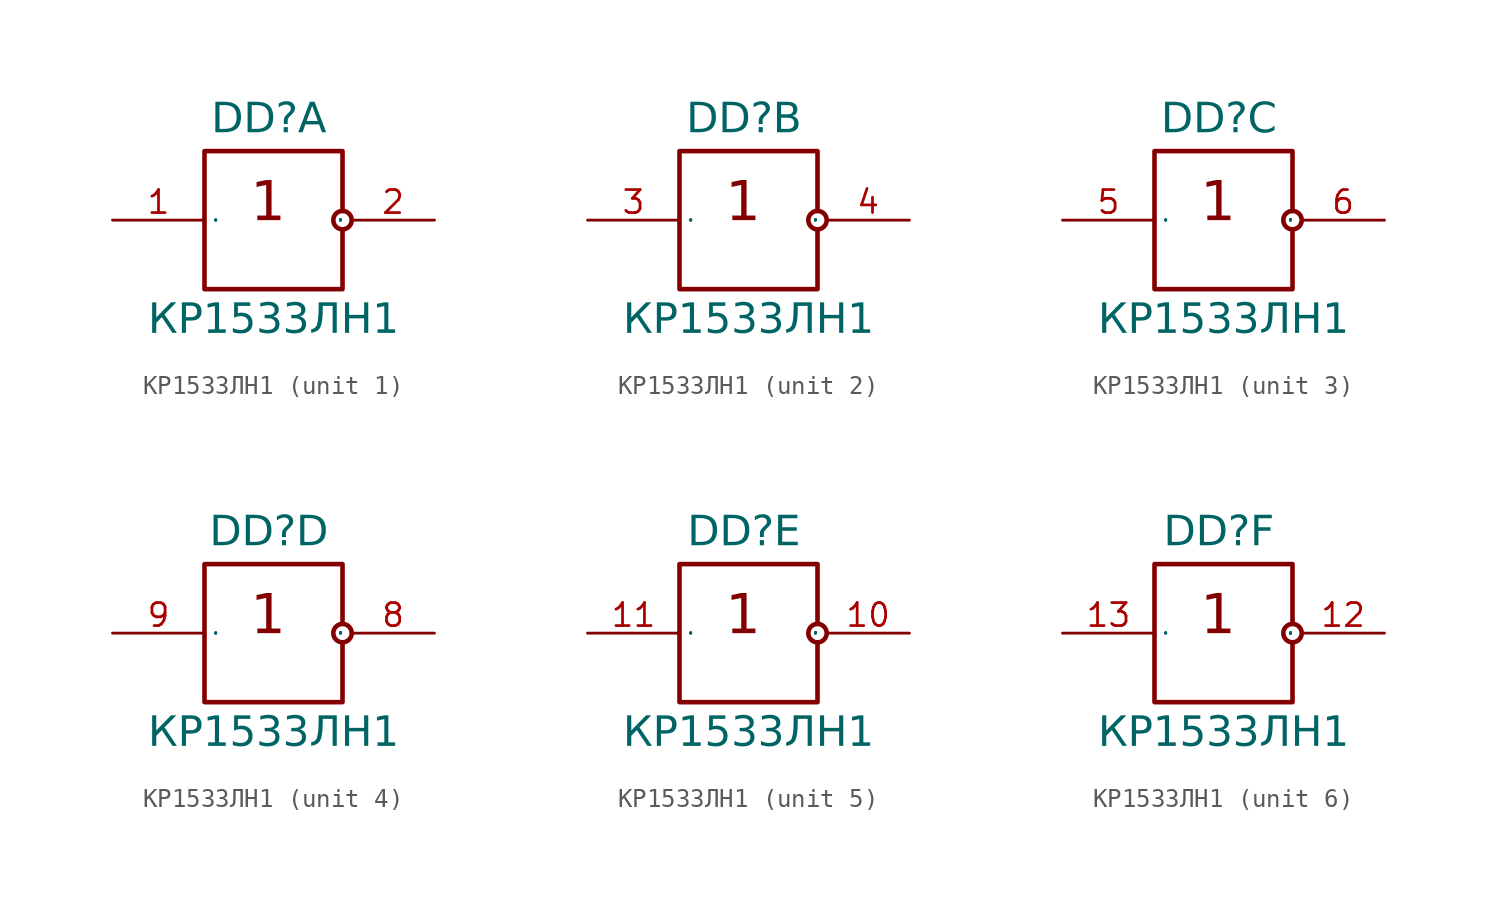
<source format=kicad_sym>
(kicad_symbol_lib
  (version 20241209)
  (generator "kicad_symbol_editor")
  (generator_version "9.0")
  (symbol "КР1533ЛН1"
    (property "Reference" "DD"
      (at 8.636 4.572 0)
      (do_not_autoplace)
      (effects (font (face "Input Sans Condensed") (size 1.651 1.651)) (justify bottom)))
    (property "Value" "КР1533ЛН1"
      (at 8.89 -4.572 0)
      (do_not_autoplace)
      (effects (font (face "Input Sans Condensed") (size 1.651 1.651)) (justify top)))
    (symbol "КР1533ЛН1_0_0"
      (circle (center 12.7 0) (radius 0.508) (stroke (width 0.254) (type solid)) (fill (type color) (color 255 255 255 1)))
      (text "1" (at 7.62 2.172 0) (effects (font (face "Input Sans Condensed") (size 2.172 2.172)) (justify left top))))
    (symbol "КР1533ЛН1_0_1"
      (polyline (pts (xy 12.7 -0.508) (xy 12.7 -3.81) (xy 5.08 -3.81) (xy 5.08 3.81) (xy 12.7 3.81) (xy 12.7 0.508)) (stroke (width 0.254) (type default)) (fill (type none))))
    (symbol "КР1533ЛН1_1_1"
      (pin input line (at 0 0 0) (length 5.08) (name "1" (effects (font (size 0.025 0.025)))) (number "1" (effects (font (size 1.27 1.27)))))
      (pin power_in line (at 15.24 2.54 180) (length 2.54) (hide yes) (name "VCC" (effects (font (size 0.635 0.635)))) (number "14" (effects (font (size 0.635 0.635)))))
      (pin power_in line (at 15.24 -2.54 180) (length 2.54) (hide yes) (name "GND" (effects (font (size 0.635 0.635)))) (number "7" (effects (font (size 0.635 0.635)))))
      (pin output line (at 17.78 0 180) (length 4.572) (name "2" (effects (font (size 0.025 0.025)))) (number "2" (effects (font (size 1.27 1.27))))))
    (symbol "КР1533ЛН1_2_1"
      (pin input line (at 0 0 0) (length 5.08) (name "1" (effects (font (size 0.025 0.025)))) (number "3" (effects (font (size 1.27 1.27)))))
      (pin output line (at 17.78 0 180) (length 4.572) (name "2" (effects (font (size 0.025 0.025)))) (number "4" (effects (font (size 1.27 1.27))))))
    (symbol "КР1533ЛН1_3_1"
      (pin input line (at 0 0 0) (length 5.08) (name "1" (effects (font (size 0.025 0.025)))) (number "5" (effects (font (size 1.27 1.27)))))
      (pin output line (at 17.78 0 180) (length 4.572) (name "2" (effects (font (size 0.025 0.025)))) (number "6" (effects (font (size 1.27 1.27))))))
    (symbol "КР1533ЛН1_4_1"
      (pin input line (at 0 0 0) (length 5.08) (name "1" (effects (font (size 0.025 0.025)))) (number "9" (effects (font (size 1.27 1.27)))))
      (pin output line (at 17.78 0 180) (length 4.572) (name "2" (effects (font (size 0.025 0.025)))) (number "8" (effects (font (size 1.27 1.27))))))
    (symbol "КР1533ЛН1_5_1"
      (pin input line (at 0 0 0) (length 5.08) (name "1" (effects (font (size 0.025 0.025)))) (number "11" (effects (font (size 1.27 1.27)))))
      (pin output line (at 17.78 0 180) (length 4.572) (name "2" (effects (font (size 0.025 0.025)))) (number "10" (effects (font (size 1.27 1.27))))))
    (symbol "КР1533ЛН1_6_1"
      (pin input line (at 0 0 0) (length 5.08) (name "1" (effects (font (size 0.025 0.025)))) (number "13" (effects (font (size 1.27 1.27)))))
      (pin output line (at 17.78 0 180) (length 4.572) (name "3" (effects (font (size 0.025 0.025)))) (number "12" (effects (font (size 1.27 1.27))))))))
</source>
